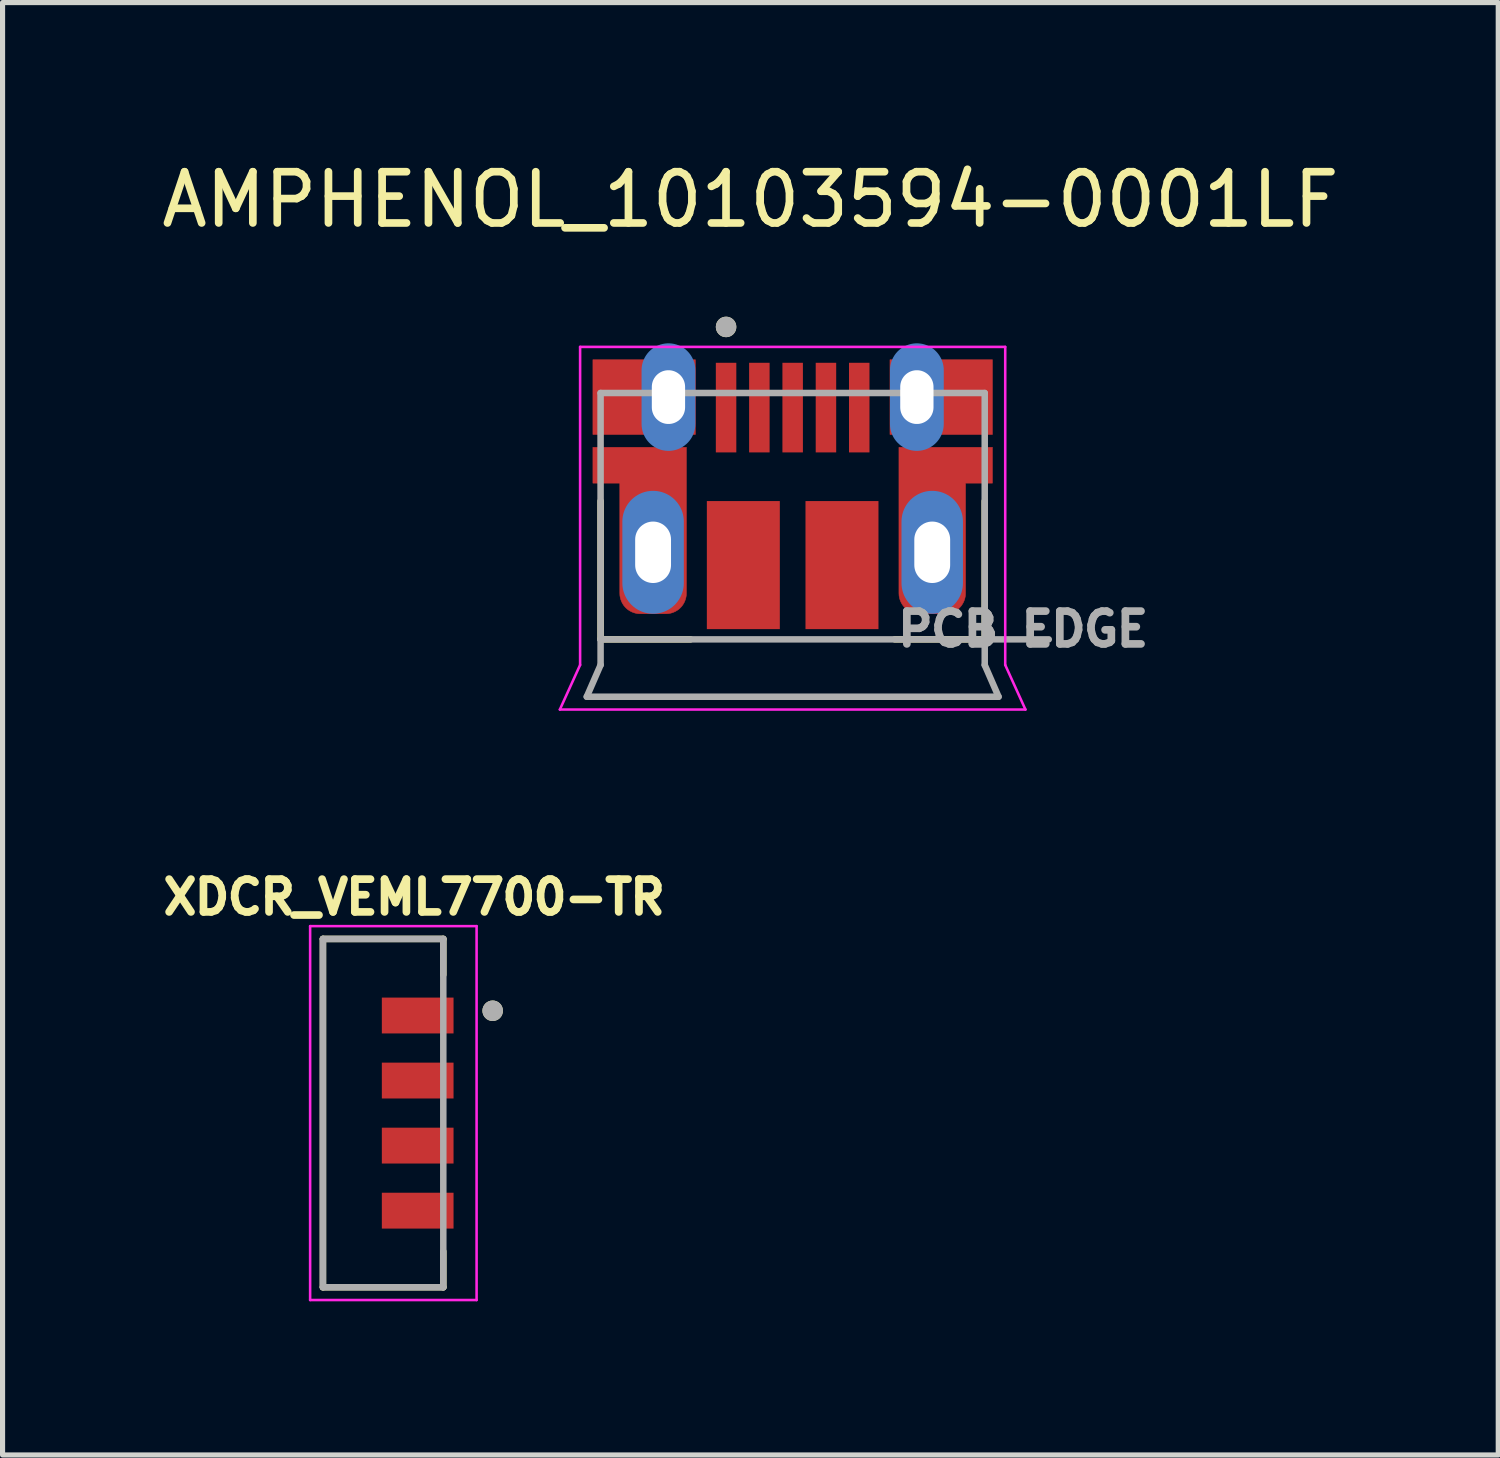
<source format=kicad_pcb>
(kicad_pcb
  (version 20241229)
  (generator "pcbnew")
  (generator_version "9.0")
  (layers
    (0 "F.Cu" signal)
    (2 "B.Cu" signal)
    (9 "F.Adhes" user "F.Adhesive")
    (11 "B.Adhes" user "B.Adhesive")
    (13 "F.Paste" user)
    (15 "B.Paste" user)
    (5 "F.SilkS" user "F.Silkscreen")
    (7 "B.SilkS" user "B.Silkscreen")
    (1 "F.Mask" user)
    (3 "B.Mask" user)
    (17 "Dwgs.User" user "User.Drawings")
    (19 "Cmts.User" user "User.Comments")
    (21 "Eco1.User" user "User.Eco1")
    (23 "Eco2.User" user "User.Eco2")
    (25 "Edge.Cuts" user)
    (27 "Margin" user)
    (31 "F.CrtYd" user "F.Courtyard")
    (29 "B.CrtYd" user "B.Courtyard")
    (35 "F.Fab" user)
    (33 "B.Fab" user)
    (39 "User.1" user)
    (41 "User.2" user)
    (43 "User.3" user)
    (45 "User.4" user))
  (footprint "XDCR_VEML7700-TR"
    (layer "F.Cu")
    (at 4.43 18.682)
    (property "Reference" "XDCR_VEML7700-TR" (at 0.607 -4.216 0) (layer "F.SilkS") (effects (font (size 0.64 0.64) (thickness 0.15))))
    (attr smd)
    (fp_line (start -1.175 -3.4) (end -1.175 3.4) (stroke (width 0.127) (type solid)) (layer "F.SilkS"))
    (fp_line (start -1.175 3.4) (end 1.175 3.4) (stroke (width 0.127) (type solid)) (layer "F.SilkS"))
    (fp_line (start 1.175 -3.4) (end -1.175 -3.4) (stroke (width 0.127) (type solid)) (layer "F.SilkS"))
    (fp_line (start 1.175 -3.4) (end 1.175 -2.7) (stroke (width 0.127) (type solid)) (layer "F.SilkS"))
    (fp_line (start 1.175 3.4) (end 1.175 2.7) (stroke (width 0.127) (type solid)) (layer "F.SilkS"))
    (fp_circle (center 2.139 -1.998) (end 2.239 -1.998) (stroke (width 0.2) (type solid)) (fill no) (layer "F.SilkS"))
    (fp_line (start -1.425 -3.65) (end -1.425 3.65) (stroke (width 0.05) (type solid)) (layer "F.CrtYd"))
    (fp_line (start -1.425 -3.65) (end 1.825 -3.65) (stroke (width 0.05) (type solid)) (layer "F.CrtYd"))
    (fp_line (start -1.425 3.65) (end 1.825 3.65) (stroke (width 0.05) (type solid)) (layer "F.CrtYd"))
    (fp_line (start 1.825 3.65) (end 1.825 -3.65) (stroke (width 0.05) (type solid)) (layer "F.CrtYd"))
    (fp_line (start -1.175 -3.4) (end -1.175 3.4) (stroke (width 0.127) (type solid)) (layer "F.Fab"))
    (fp_line (start -1.175 -3.4) (end 1.175 -3.4) (stroke (width 0.127) (type solid)) (layer "F.Fab"))
    (fp_line (start -1.175 3.4) (end 1.175 3.4) (stroke (width 0.127) (type solid)) (layer "F.Fab"))
    (fp_line (start 1.175 3.4) (end 1.175 -3.4) (stroke (width 0.127) (type solid)) (layer "F.Fab"))
    (fp_circle (center 2.139 -1.998) (end 2.239 -1.998) (stroke (width 0.2) (type solid)) (fill no) (layer "F.Fab"))
    (pad "1" smd rect (at 0.675 -1.905) (size 1.4 0.7) (layers "F.Cu" "F.Mask" "F.Paste"))
    (pad "2" smd rect (at 0.675 -0.635) (size 1.4 0.7) (layers "F.Cu" "F.Mask" "F.Paste"))
    (pad "3" smd rect (at 0.675 0.635) (size 1.4 0.7) (layers "F.Cu" "F.Mask" "F.Paste"))
    (pad "4" smd rect (at 0.675 1.905) (size 1.4 0.7) (layers "F.Cu" "F.Mask" "F.Paste")))
  (footprint "AMPHENOL_10103594-0001LF"
    (layer "F.Cu")
    (at 12.426 7.733)
    (property "Reference" "AMPHENOL_10103594-0001LF" (at -0.825 -6.885 0) (layer "F.SilkS") (effects (font (size 1 1) (thickness 0.15))))
    (attr smd)
    (fp_poly (pts (xy -1.9 -2.3) (xy -1.9 -3.76) (xy -3.9 -3.76) (xy -3.9 -2.3)) (stroke (width 0.01) (type solid)) (fill yes) (layer "F.Cu"))
    (fp_poly (pts (xy 1.9 -2.3) (xy 1.9 -3.76) (xy 3.9 -3.76) (xy 3.9 -2.3)) (stroke (width 0.01) (type solid)) (fill yes) (layer "F.Cu"))
    (fp_poly (pts (xy -3.9 -2.05) (xy -3.9 -1.35) (xy -3.375 -1.35) (xy -3.375 0.8) (xy -3.374 0.821) (xy -3.373 0.842) (xy -3.37 0.863) (xy -3.366 0.883) (xy -3.361 0.904) (xy -3.355 0.924) (xy -3.348 0.943) (xy -3.34 0.963) (xy -3.331 0.982) (xy -3.321 1) (xy -3.31 1.018) (xy -3.299 1.035) (xy -3.286 1.052) (xy -3.272 1.068) (xy -3.258 1.083) (xy -3.243 1.097) (xy -3.227 1.111) (xy -3.21 1.124) (xy -3.193 1.135) (xy -3.175 1.146) (xy -3.157 1.156) (xy -3.138 1.165) (xy -3.118 1.173) (xy -3.099 1.18) (xy -3.079 1.186) (xy -3.058 1.191) (xy -3.038 1.195) (xy -3.017 1.198) (xy -2.996 1.199) (xy -2.975 1.2) (xy -2.475 1.2) (xy -2.454 1.199) (xy -2.433 1.198) (xy -2.412 1.195) (xy -2.392 1.191) (xy -2.371 1.186) (xy -2.351 1.18) (xy -2.332 1.173) (xy -2.312 1.165) (xy -2.293 1.156) (xy -2.275 1.146) (xy -2.257 1.135) (xy -2.24 1.124) (xy -2.223 1.111) (xy -2.207 1.097) (xy -2.192 1.083) (xy -2.178 1.068) (xy -2.164 1.052) (xy -2.151 1.035) (xy -2.14 1.018) (xy -2.129 1) (xy -2.119 0.982) (xy -2.11 0.963) (xy -2.102 0.943) (xy -2.095 0.924) (xy -2.089 0.904) (xy -2.084 0.883) (xy -2.08 0.863) (xy -2.077 0.842) (xy -2.076 0.821) (xy -2.075 0.8) (xy -2.075 -2.05) (xy -3.9 -2.05)) (stroke (width 0.01) (type solid)) (fill yes) (layer "F.Cu"))
    (fp_poly (pts (xy 3.9 -2.05) (xy 3.9 -1.35) (xy 3.375 -1.35) (xy 3.375 0.8) (xy 3.374 0.821) (xy 3.373 0.842) (xy 3.37 0.863) (xy 3.366 0.883) (xy 3.361 0.904) (xy 3.355 0.924) (xy 3.348 0.943) (xy 3.34 0.963) (xy 3.331 0.982) (xy 3.321 1) (xy 3.31 1.018) (xy 3.299 1.035) (xy 3.286 1.052) (xy 3.272 1.068) (xy 3.258 1.083) (xy 3.243 1.097) (xy 3.227 1.111) (xy 3.21 1.124) (xy 3.193 1.135) (xy 3.175 1.146) (xy 3.157 1.156) (xy 3.138 1.165) (xy 3.118 1.173) (xy 3.099 1.18) (xy 3.079 1.186) (xy 3.058 1.191) (xy 3.038 1.195) (xy 3.017 1.198) (xy 2.996 1.199) (xy 2.975 1.2) (xy 2.475 1.2) (xy 2.454 1.199) (xy 2.433 1.198) (xy 2.412 1.195) (xy 2.392 1.191) (xy 2.371 1.186) (xy 2.351 1.18) (xy 2.332 1.173) (xy 2.312 1.165) (xy 2.293 1.156) (xy 2.275 1.146) (xy 2.257 1.135) (xy 2.24 1.124) (xy 2.223 1.111) (xy 2.207 1.097) (xy 2.192 1.083) (xy 2.178 1.068) (xy 2.164 1.052) (xy 2.151 1.035) (xy 2.14 1.018) (xy 2.129 1) (xy 2.119 0.982) (xy 2.11 0.963) (xy 2.102 0.943) (xy 2.095 0.924) (xy 2.089 0.904) (xy 2.084 0.883) (xy 2.08 0.863) (xy 2.077 0.842) (xy 2.076 0.821) (xy 2.075 0.8) (xy 2.075 -2.05) (xy 3.9 -2.05)) (stroke (width 0.01) (type solid)) (fill yes) (layer "F.Cu"))
    (fp_poly (pts (xy -4 -3.86) (xy -1.8 -3.86) (xy -1.8 -2.2) (xy -4 -2.2)) (stroke (width 0.01) (type solid)) (fill yes) (layer "F.Mask"))
    (fp_poly (pts (xy 1.8 -3.86) (xy 4 -3.86) (xy 4 -2.2) (xy 1.8 -2.2)) (stroke (width 0.01) (type solid)) (fill yes) (layer "F.Mask"))
    (fp_poly (pts (xy -4 -2.15) (xy -1.975 -2.15) (xy -1.975 0.8) (xy -1.976 0.826) (xy -1.978 0.852) (xy -1.981 0.878) (xy -1.986 0.904) (xy -1.992 0.929) (xy -1.999 0.955) (xy -2.008 0.979) (xy -2.018 1.003) (xy -2.029 1.027) (xy -2.042 1.05) (xy -2.056 1.072) (xy -2.07 1.094) (xy -2.086 1.115) (xy -2.103 1.135) (xy -2.121 1.154) (xy -2.14 1.172) (xy -2.16 1.189) (xy -2.181 1.205) (xy -2.203 1.219) (xy -2.225 1.233) (xy -2.248 1.246) (xy -2.272 1.257) (xy -2.296 1.267) (xy -2.32 1.276) (xy -2.346 1.283) (xy -2.371 1.289) (xy -2.397 1.294) (xy -2.423 1.297) (xy -2.449 1.299) (xy -2.475 1.3) (xy -2.975 1.3) (xy -3.001 1.299) (xy -3.027 1.297) (xy -3.053 1.294) (xy -3.079 1.289) (xy -3.104 1.283) (xy -3.13 1.276) (xy -3.154 1.267) (xy -3.178 1.257) (xy -3.202 1.246) (xy -3.225 1.233) (xy -3.247 1.219) (xy -3.269 1.205) (xy -3.29 1.189) (xy -3.31 1.172) (xy -3.329 1.154) (xy -3.347 1.135) (xy -3.364 1.115) (xy -3.38 1.094) (xy -3.394 1.072) (xy -3.408 1.05) (xy -3.421 1.027) (xy -3.432 1.003) (xy -3.442 0.979) (xy -3.451 0.955) (xy -3.458 0.929) (xy -3.464 0.904) (xy -3.469 0.878) (xy -3.472 0.852) (xy -3.474 0.826) (xy -3.475 0.8) (xy -3.475 -1.25) (xy -4 -1.25) (xy -4 -2.15)) (stroke (width 0.01) (type solid)) (fill yes) (layer "F.Mask"))
    (fp_poly (pts (xy 4 -2.15) (xy 1.975 -2.15) (xy 1.975 0.8) (xy 1.976 0.826) (xy 1.978 0.852) (xy 1.981 0.878) (xy 1.986 0.904) (xy 1.992 0.929) (xy 1.999 0.955) (xy 2.008 0.979) (xy 2.018 1.003) (xy 2.029 1.027) (xy 2.042 1.05) (xy 2.056 1.072) (xy 2.07 1.094) (xy 2.086 1.115) (xy 2.103 1.135) (xy 2.121 1.154) (xy 2.14 1.172) (xy 2.16 1.189) (xy 2.181 1.205) (xy 2.203 1.219) (xy 2.225 1.233) (xy 2.248 1.246) (xy 2.272 1.257) (xy 2.296 1.267) (xy 2.32 1.276) (xy 2.346 1.283) (xy 2.371 1.289) (xy 2.397 1.294) (xy 2.423 1.297) (xy 2.449 1.299) (xy 2.475 1.3) (xy 2.975 1.3) (xy 3.001 1.299) (xy 3.027 1.297) (xy 3.053 1.294) (xy 3.079 1.289) (xy 3.104 1.283) (xy 3.13 1.276) (xy 3.154 1.267) (xy 3.178 1.257) (xy 3.202 1.246) (xy 3.225 1.233) (xy 3.247 1.219) (xy 3.269 1.205) (xy 3.29 1.189) (xy 3.31 1.172) (xy 3.329 1.154) (xy 3.347 1.135) (xy 3.364 1.115) (xy 3.38 1.094) (xy 3.394 1.072) (xy 3.408 1.05) (xy 3.421 1.027) (xy 3.432 1.003) (xy 3.442 0.979) (xy 3.451 0.955) (xy 3.458 0.929) (xy 3.464 0.904) (xy 3.469 0.878) (xy 3.472 0.852) (xy 3.474 0.826) (xy 3.475 0.8) (xy 3.475 -1.25) (xy 4 -1.25) (xy 4 -2.15)) (stroke (width 0.01) (type solid)) (fill yes) (layer "F.Mask"))
    (fp_line (start -3.75 -1) (end -3.75 1.7) (stroke (width 0.127) (type solid)) (layer "F.SilkS"))
    (fp_line (start -3.75 1.7) (end -1.995 1.7) (stroke (width 0.127) (type solid)) (layer "F.SilkS"))
    (fp_line (start 3.75 -1) (end 3.75 1.7) (stroke (width 0.127) (type solid)) (layer "F.SilkS"))
    (fp_line (start 3.75 1.7) (end 1.995 1.7) (stroke (width 0.127) (type solid)) (layer "F.SilkS"))
    (fp_circle (center -1.3 -4.4) (end -1.2 -4.4) (stroke (width 0.2) (type solid)) (fill no) (layer "F.SilkS"))
    (fp_line (start -4.545 3.07) (end -4.15 2.2) (stroke (width 0.05) (type solid)) (layer "F.CrtYd"))
    (fp_line (start -4.545 3.07) (end 4.545 3.07) (stroke (width 0.05) (type solid)) (layer "F.CrtYd"))
    (fp_line (start -4.15 -4.01) (end 4.15 -4.01) (stroke (width 0.05) (type solid)) (layer "F.CrtYd"))
    (fp_line (start -4.15 2.2) (end -4.15 -4.01) (stroke (width 0.05) (type solid)) (layer "F.CrtYd"))
    (fp_line (start 4.15 -4.01) (end 4.15 2.2) (stroke (width 0.05) (type solid)) (layer "F.CrtYd"))
    (fp_line (start 4.545 3.07) (end 4.15 2.2) (stroke (width 0.05) (type solid)) (layer "F.CrtYd"))
    (fp_line (start -4.02 2.82) (end -3.75 2.2) (stroke (width 0.127) (type solid)) (layer "F.Fab"))
    (fp_line (start -4.02 2.82) (end 4.02 2.82) (stroke (width 0.127) (type solid)) (layer "F.Fab"))
    (fp_line (start -3.75 -3.11) (end -3.75 1.7) (stroke (width 0.127) (type solid)) (layer "F.Fab"))
    (fp_line (start -3.75 -3.11) (end 3.75 -3.11) (stroke (width 0.127) (type solid)) (layer "F.Fab"))
    (fp_line (start -3.75 1.7) (end -3.75 2.2) (stroke (width 0.127) (type solid)) (layer "F.Fab"))
    (fp_line (start -3.75 1.7) (end 5 1.7) (stroke (width 0.127) (type solid)) (layer "F.Fab"))
    (fp_line (start 3.75 -3.11) (end 3.75 2.2) (stroke (width 0.127) (type solid)) (layer "F.Fab"))
    (fp_line (start 4.02 2.82) (end 3.75 2.2) (stroke (width 0.127) (type solid)) (layer "F.Fab"))
    (fp_circle (center -1.3 -4.4) (end -1.2 -4.4) (stroke (width 0.2) (type solid)) (fill no) (layer "F.Fab"))
    (fp_text user "PCB EDGE" (at 4.5 1.5 0) (layer "F.Fab") (effects (font (size 0.64 0.64) (thickness 0.15))))
    (pad "1" smd rect (at -1.3 -2.825) (size 0.4 1.75) (layers "F.Cu" "F.Mask" "F.Paste"))
    (pad "2" smd rect (at -0.65 -2.825) (size 0.4 1.75) (layers "F.Cu" "F.Mask" "F.Paste"))
    (pad "3" smd rect (at 0 -2.825) (size 0.4 1.75) (layers "F.Cu" "F.Mask" "F.Paste"))
    (pad "4" smd rect (at 0.65 -2.825) (size 0.4 1.75) (layers "F.Cu" "F.Mask" "F.Paste"))
    (pad "5" smd rect (at 1.3 -2.825) (size 0.4 1.75) (layers "F.Cu" "F.Mask" "F.Paste"))
    (pad "6" thru_hole oval (at -2.425 -3.03) (size 0.73 1.46) (drill oval 0.65 1.05) (layers "*.Cu"))
    (pad "7" thru_hole oval (at 2.425 -3.03) (size 0.73 1.46) (drill oval 0.65 1.05) (layers "*.Cu"))
    (pad "8" thru_hole oval (at -2.725 0) (size 1.2 2.4) (drill oval 0.7 1.2) (layers "*.Cu" "*.Mask"))
    (pad "9" thru_hole oval (at 2.725 0) (size 1.2 2.4) (drill oval 0.7 1.2) (layers "*.Cu" "*.Mask"))
    (pad "10" smd oval (at -2.425 -3.03) (size 1.05 2.1) (layers "B.Cu" "B.Mask"))
    (pad "11" smd oval (at 2.425 -3.03) (size 1.05 2.1) (layers "B.Cu" "B.Mask"))
    (pad "S1" smd rect (at -0.963 0.25) (size 1.425 2.5) (layers "F.Cu" "F.Mask" "F.Paste"))
    (pad "S2" smd rect (at 0.963 0.25) (size 1.425 2.5) (layers "F.Cu" "F.Mask" "F.Paste")))
  (gr_rect
    (start -3 -3)
    (end 26.202 25.357)
    (stroke (width 0.1) (type default))
    (fill no)
    (layer "Edge.Cuts")))
</source>
